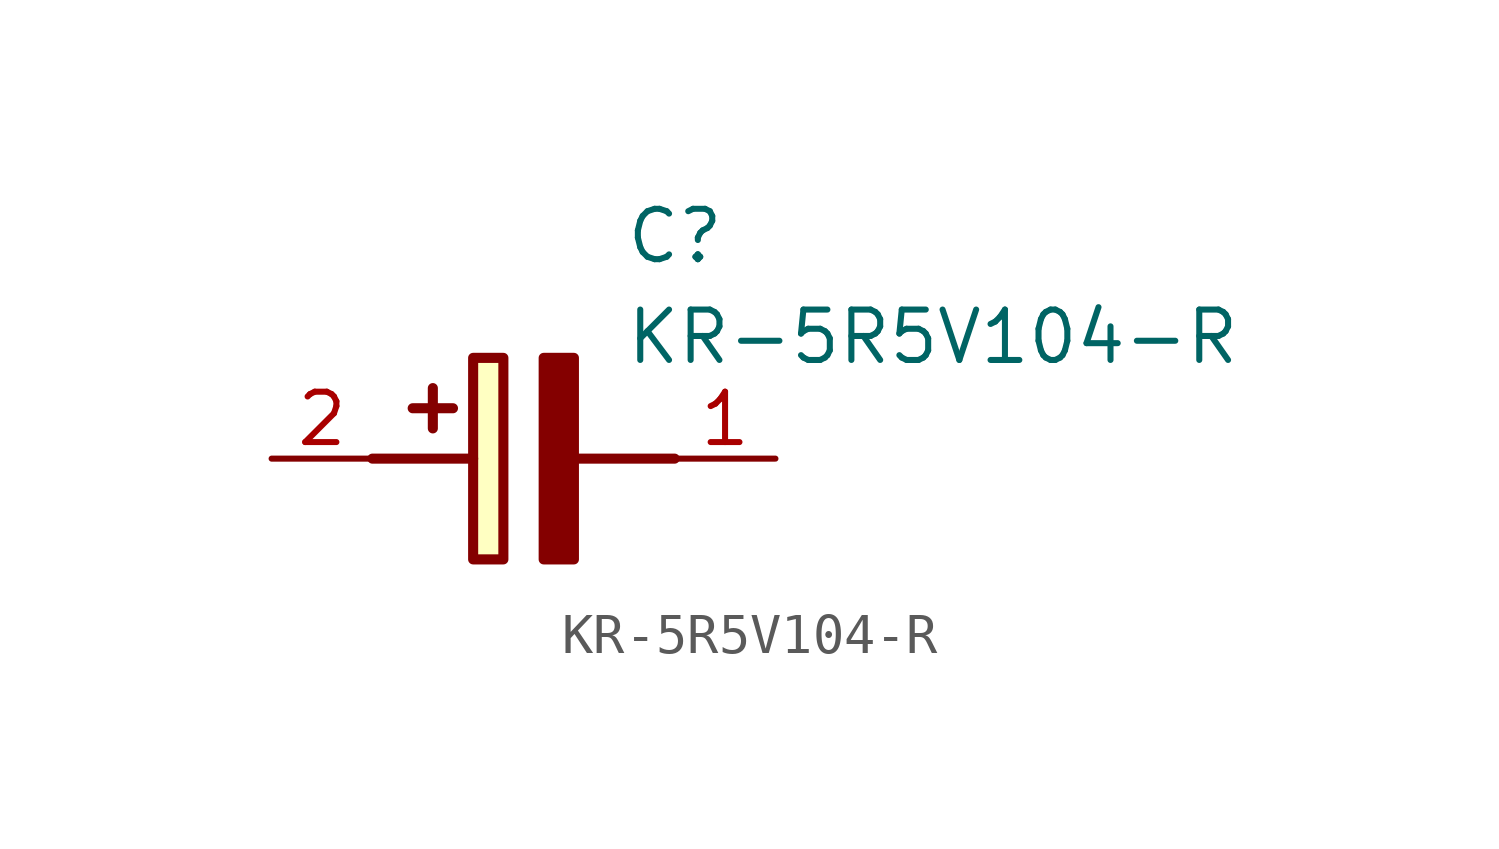
<source format=kicad_sym>
(kicad_symbol_lib
  (version 20211014)
  (generator SamacSys_ECAD_Model)
  (symbol "KR-5R5V104-R"
    (pin_names hide)
    (property "Reference" "C"
      (at 8.89 6.35 0)
      (effects (font (size 1.27 1.27)) (justify left top)))
    (property "Value" "KR-5R5V104-R"
      (at 8.89 3.81 0)
      (effects (font (size 1.27 1.27)) (justify left top)))
    (rectangle
      (start 5.08 2.54)
      (end 5.842 -2.54)
      (stroke (width 0.254) (type default))
      (fill (type background)))
    (polyline
      (pts (xy 4.572 1.27) (xy 3.556 1.27))
      (stroke (width 0.254) (type default))
      (fill (type none)))
    (polyline
      (pts (xy 4.064 1.778) (xy 4.064 0.762))
      (stroke (width 0.254) (type default))
      (fill (type none)))
    (polyline
      (pts (xy 2.54 0) (xy 5.08 0))
      (stroke (width 0.254) (type default))
      (fill (type none)))
    (polyline
      (pts (xy 7.62 0) (xy 10.16 0))
      (stroke (width 0.254) (type default))
      (fill (type none)))
    (polyline
      (pts (xy 7.62 2.54) (xy 7.62 -2.54) (xy 6.858 -2.54) (xy 6.858 2.54) (xy 7.62 2.54))
      (stroke (width 0.254) (type default))
      (fill (type outline)))
    (pin passive line
      (at 0 0 0)
      (length 2.54)
      (name "+" (effects (font (size 1.27 1.27))))
      (number "2" (effects (font (size 1.27 1.27)))))
    (pin passive line
      (at 12.7 0 180)
      (length 2.54)
      (name "-" (effects (font (size 1.27 1.27))))
      (number "1" (effects (font (size 1.27 1.27)))))))
</source>
